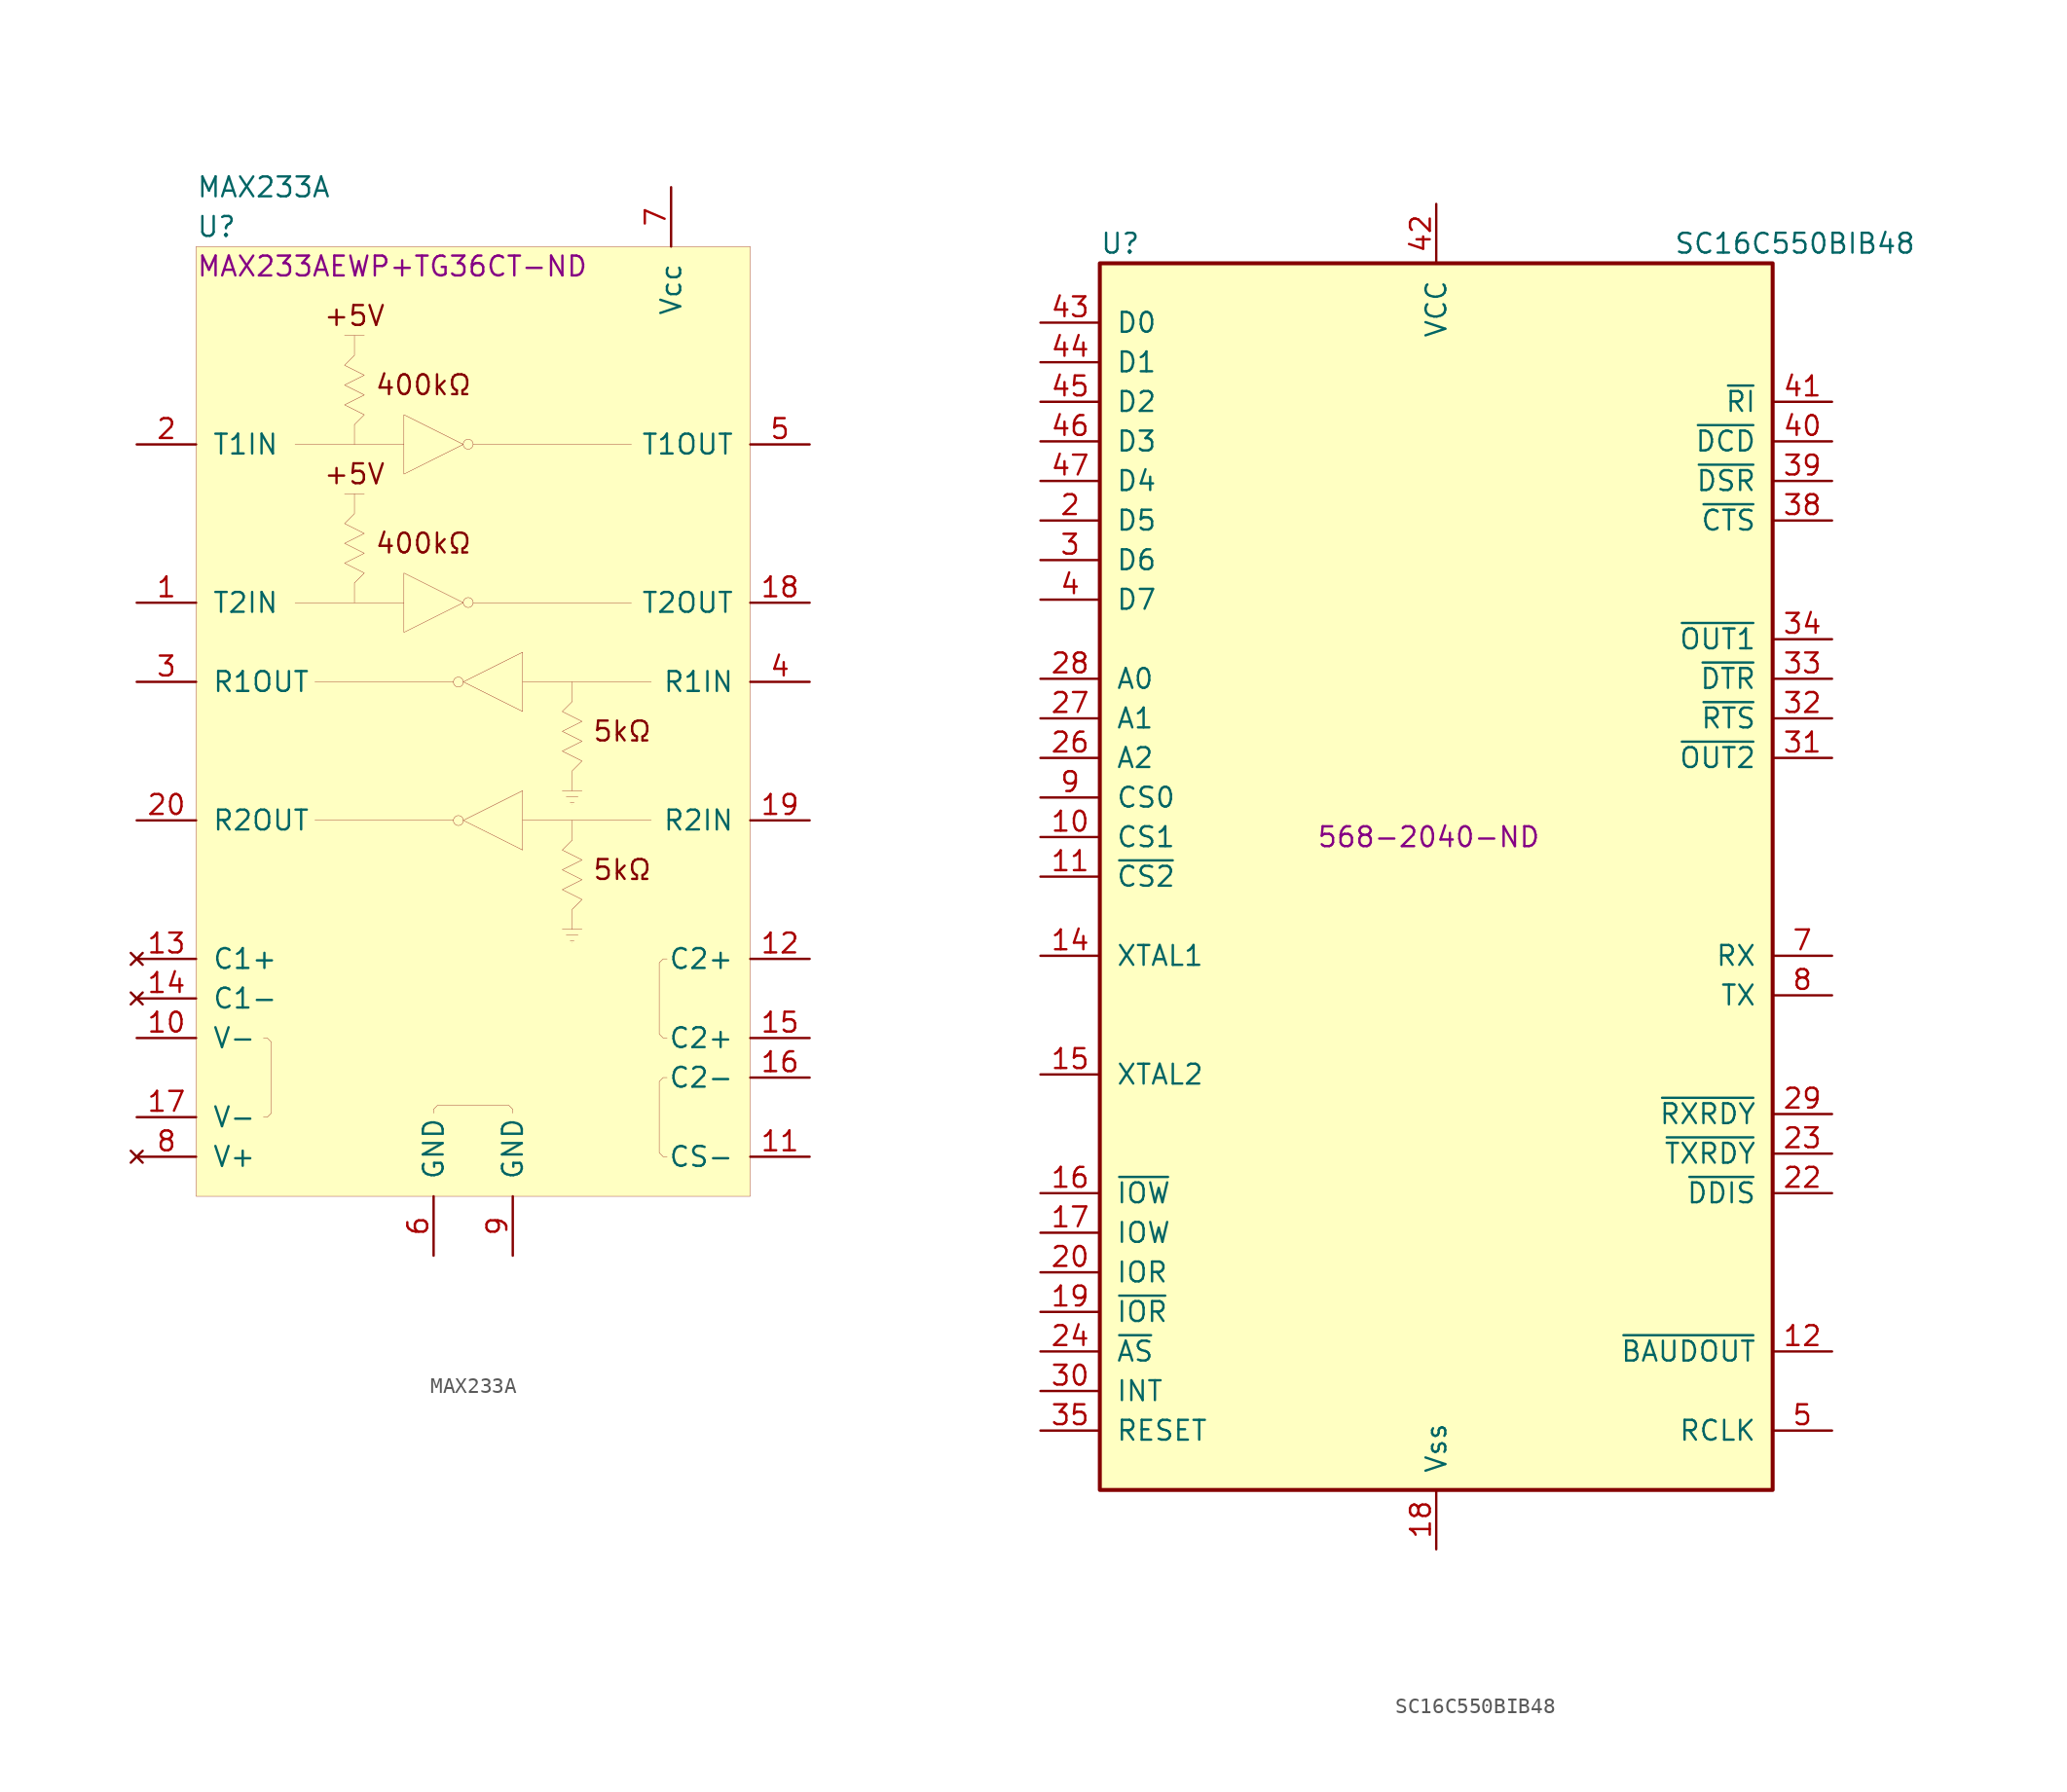
<source format=kicad_sym>
(kicad_symbol_lib
  (version 20200908)
  (generator kicad_symbol_editor)
  (symbol "Magic1_components:MAX233A"
    (pin_names
      (offset 1.016))
    (property "Reference" "U"
      (at -17.78 31.75 0)
      (effects (font (size 1.27 1.27)) (justify left)))
    (property "Value" "MAX233A"
      (at -17.78 34.29 0)
      (effects (font (size 1.27 1.27)) (justify left)))
    (property "Digikey" "MAX233AEWP+TG36CT-ND"
      (at -17.78 29.21 0)
      (effects (font (size 1.27 1.27)) (justify left)))
    (symbol "MAX233A_0_0"
      (circle (center -0.32 17.792) (radius 0.318) (stroke (width 0.001)) (fill (type none)))
      (circle (center -0.32 7.632) (radius 0.318) (stroke (width 0.001)) (fill (type none)))
      (circle (center -0.95 2.528) (radius 0.318) (stroke (width 0.001)) (fill (type none)))
      (circle (center -0.95 -6.362) (radius 0.318) (stroke (width 0.001)) (fill (type none)))
      (text "+5V" (at -7.62 26.035 0) (effects (font (size 1.27 1.27))))
      (text "+5V" (at -7.62 15.875 0) (effects (font (size 1.27 1.27))))
      (text "400kΩ" (at -6.35 21.59 0) (effects (font (size 1.27 1.27)) (justify left)))
      (text "400kΩ" (at -6.35 11.43 0) (effects (font (size 1.27 1.27)) (justify left)))
      (text "5kΩ" (at 7.62 -0.635 0) (effects (font (size 1.27 1.27)) (justify left)))
      (text "5kΩ" (at 7.62 -9.525 0) (effects (font (size 1.27 1.27)) (justify left)))
      (polyline (pts (xy -4.445 19.685) (xy -4.445 15.875) (xy -0.635 17.78) (xy -4.445 19.685)) (stroke (width 0.001)) (fill (type none)))
      (polyline (pts (xy 0 17.78) (xy 10.16 17.78)) (stroke (width 0.001)) (fill (type none)))
      (polyline (pts (xy -4.445 9.525) (xy -4.445 5.715) (xy -0.635 7.62) (xy -4.445 9.525)) (stroke (width 0.001)) (fill (type none)))
      (polyline (pts (xy 0 7.62) (xy 10.16 7.62)) (stroke (width 0.001)) (fill (type none)))
      (polyline (pts (xy 3.175 0.635) (xy 3.175 4.445) (xy -0.635 2.54) (xy 3.175 0.635)) (stroke (width 0.001)) (fill (type none)))
      (polyline (pts (xy -1.27 2.54) (xy -10.16 2.54)) (stroke (width 0.001)) (fill (type none)))
      (polyline (pts (xy 5.969 -4.826) (xy 6.731 -4.826)) (stroke (width 0.001)) (fill (type none)))
      (polyline (pts (xy 6.35 -5.334) (xy 6.35 -5.334)) (stroke (width 0.001)) (fill (type none)))
      (polyline (pts (xy 6.223 -5.207) (xy 6.477 -5.207)) (stroke (width 0.001)) (fill (type none)))
      (polyline (pts (xy 3.175 -8.255) (xy 3.175 -4.445) (xy -0.635 -6.35) (xy 3.175 -8.255)) (stroke (width 0.001)) (fill (type none)))
      (polyline (pts (xy -1.27 -6.35) (xy -10.16 -6.35)) (stroke (width 0.001)) (fill (type none)))
      (polyline (pts (xy 5.969 -13.716) (xy 6.731 -13.716)) (stroke (width 0.001)) (fill (type none)))
      (polyline (pts (xy 6.35 -14.224) (xy 6.35 -14.224)) (stroke (width 0.001)) (fill (type none)))
      (polyline (pts (xy 6.223 -14.097) (xy 6.477 -14.097)) (stroke (width 0.001)) (fill (type none)))
      (polyline (pts (xy -13.462 -20.32) (xy -13.208 -20.32) (xy -12.954 -20.574) (xy -12.954 -25.146) (xy -13.208 -25.4) (xy -13.462 -25.4)) (stroke (width 0.001)) (fill (type none)))
      (polyline (pts (xy 12.446 -20.32) (xy 12.192 -20.32) (xy 11.938 -20.066) (xy 11.938 -15.494) (xy 12.192 -15.24) (xy 12.446 -15.24)) (stroke (width 0.001)) (fill (type none)))
      (polyline (pts (xy 12.446 -27.94) (xy 12.192 -27.94) (xy 11.938 -27.686) (xy 11.938 -23.114) (xy 12.192 -22.86) (xy 12.446 -22.86)) (stroke (width 0.001)) (fill (type none)))
      (polyline (pts (xy -2.54 -25.146) (xy -2.54 -24.892) (xy -2.286 -24.638) (xy 2.286 -24.638) (xy 2.54 -24.892) (xy 2.54 -25.146)) (stroke (width 0.001)) (fill (type none))))
    (symbol "MAX233A_0_1"
      (rectangle (start -17.78 30.48) (end 17.78 -30.48) (stroke (width 0.001)) (fill (type background)))
      (polyline (pts (xy -11.43 17.78) (xy -7.62 17.78) (xy -4.445 17.78)) (stroke (width 0.001)) (fill (type none)))
      (polyline (pts (xy -7.62 19.05) (xy -7.62 17.78)) (stroke (width 0.001)) (fill (type none)))
      (polyline (pts (xy -7.62 19.05) (xy -6.985 19.685) (xy -8.255 20.32) (xy -6.985 20.955) (xy -8.255 21.59) (xy -6.985 22.225) (xy -8.255 22.86) (xy -7.62 23.495) (xy -7.62 24.765)) (stroke (width 0.001)) (fill (type none)))
      (polyline (pts (xy -8.255 24.765) (xy -6.985 24.765)) (stroke (width 0.001)) (fill (type none)))
      (polyline (pts (xy -11.43 7.62) (xy -7.62 7.62) (xy -4.445 7.62)) (stroke (width 0.001)) (fill (type none)))
      (polyline (pts (xy -7.62 8.89) (xy -7.62 7.62)) (stroke (width 0.001)) (fill (type none)))
      (polyline (pts (xy -7.62 8.89) (xy -6.985 9.525) (xy -8.255 10.16) (xy -6.985 10.795) (xy -8.255 11.43) (xy -6.985 12.065) (xy -8.255 12.7) (xy -7.62 13.335) (xy -7.62 14.605)) (stroke (width 0.001)) (fill (type none)))
      (polyline (pts (xy -8.255 14.605) (xy -6.985 14.605)) (stroke (width 0.001)) (fill (type none)))
      (polyline (pts (xy 11.43 2.54) (xy 6.35 2.54) (xy 3.175 2.54)) (stroke (width 0.001)) (fill (type none)))
      (polyline (pts (xy 6.35 1.27) (xy 6.35 2.54)) (stroke (width 0.001)) (fill (type none)))
      (polyline (pts (xy 6.35 1.27) (xy 5.715 0.635) (xy 6.985 0) (xy 5.715 -0.635) (xy 6.985 -1.27) (xy 5.715 -1.905) (xy 6.985 -2.54) (xy 6.35 -3.175) (xy 6.35 -4.445)) (stroke (width 0.001)) (fill (type none)))
      (polyline (pts (xy 6.985 -4.445) (xy 5.715 -4.445)) (stroke (width 0.001)) (fill (type none)))
      (polyline (pts (xy 11.43 -6.35) (xy 6.35 -6.35) (xy 3.175 -6.35)) (stroke (width 0.001)) (fill (type none)))
      (polyline (pts (xy 6.35 -7.62) (xy 6.35 -6.35)) (stroke (width 0.001)) (fill (type none)))
      (polyline (pts (xy 6.35 -7.62) (xy 5.715 -8.255) (xy 6.985 -8.89) (xy 5.715 -9.525) (xy 6.985 -10.16) (xy 5.715 -10.795) (xy 6.985 -11.43) (xy 6.35 -12.065) (xy 6.35 -13.335)) (stroke (width 0.001)) (fill (type none)))
      (polyline (pts (xy 6.985 -13.335) (xy 5.715 -13.335)) (stroke (width 0.001)) (fill (type none))))
    (symbol "MAX233A_1_1"
      (pin input line (at -21.59 17.78 0) (length 3.81) (name "T1IN" (effects (font (size 1.27 1.27)))) (number "2" (effects (font (size 1.27 1.27)))))
      (pin output line (at 21.59 17.78 180) (length 3.81) (name "T1OUT" (effects (font (size 1.27 1.27)))) (number "5" (effects (font (size 1.27 1.27)))))
      (pin input line (at -21.59 7.62 0) (length 3.81) (name "T2IN" (effects (font (size 1.27 1.27)))) (number "1" (effects (font (size 1.27 1.27)))))
      (pin output line (at 21.59 7.62 180) (length 3.81) (name "T2OUT" (effects (font (size 1.27 1.27)))) (number "18" (effects (font (size 1.27 1.27)))))
      (pin input line (at 21.59 2.54 180) (length 3.81) (name "R1IN" (effects (font (size 1.27 1.27)))) (number "4" (effects (font (size 1.27 1.27)))))
      (pin input line (at 21.59 -6.35 180) (length 3.81) (name "R2IN" (effects (font (size 1.27 1.27)))) (number "19" (effects (font (size 1.27 1.27)))))
      (pin output line (at -21.59 2.54 0) (length 3.81) (name "R1OUT" (effects (font (size 1.27 1.27)))) (number "3" (effects (font (size 1.27 1.27)))))
      (pin output line (at -21.59 -6.35 0) (length 3.81) (name "R2OUT" (effects (font (size 1.27 1.27)))) (number "20" (effects (font (size 1.27 1.27)))))
      (pin unconnected line (at -21.59 -15.24 0) (length 3.81) (name "C1+" (effects (font (size 1.27 1.27)))) (number "13" (effects (font (size 1.27 1.27)))))
      (pin unconnected line (at -21.59 -17.78 0) (length 3.81) (name "C1-" (effects (font (size 1.27 1.27)))) (number "14" (effects (font (size 1.27 1.27)))))
      (pin passive line (at -21.59 -20.32 0) (length 3.81) (name "V-" (effects (font (size 1.27 1.27)))) (number "10" (effects (font (size 1.27 1.27)))))
      (pin passive line (at -21.59 -25.4 0) (length 3.81) (name "V-" (effects (font (size 1.27 1.27)))) (number "17" (effects (font (size 1.27 1.27)))))
      (pin unconnected line (at -21.59 -27.94 0) (length 3.81) (name "V+" (effects (font (size 1.27 1.27)))) (number "8" (effects (font (size 1.27 1.27)))))
      (pin passive line (at 21.59 -15.24 180) (length 3.81) (name "C2+" (effects (font (size 1.27 1.27)))) (number "12" (effects (font (size 1.27 1.27)))))
      (pin passive line (at 21.59 -20.32 180) (length 3.81) (name "C2+" (effects (font (size 1.27 1.27)))) (number "15" (effects (font (size 1.27 1.27)))))
      (pin passive line (at 21.59 -22.86 180) (length 3.81) (name "C2-" (effects (font (size 1.27 1.27)))) (number "16" (effects (font (size 1.27 1.27)))))
      (pin passive line (at 21.59 -27.94 180) (length 3.81) (name "CS-" (effects (font (size 1.27 1.27)))) (number "11" (effects (font (size 1.27 1.27)))))
      (pin power_in line (at 12.7 34.29 270) (length 3.81) (name "Vcc" (effects (font (size 1.27 1.27)))) (number "7" (effects (font (size 1.27 1.27)))))
      (pin power_in line (at -2.54 -34.29 90) (length 3.81) (name "GND" (effects (font (size 1.27 1.27)))) (number "6" (effects (font (size 1.27 1.27)))))
      (pin power_in line (at 2.54 -34.29 90) (length 3.81) (name "GND" (effects (font (size 1.27 1.27)))) (number "9" (effects (font (size 1.27 1.27)))))))
  (symbol "Magic1_components:SC16C550BIB48"
    (pin_names
      (offset 1.016))
    (property "Reference" "U"
      (at -21.59 40.64 0)
      (effects (font (size 1.27 1.27)) (justify left)))
    (property "Value" "SC16C550BIB48"
      (at 15.24 40.64 0)
      (effects (font (size 1.27 1.27)) (justify left)))
    (property "Digikey" "568-2040-ND "
      (at 0 2.54 0)
      (effects (font (size 1.27 1.27))))
    (symbol "SC16C550BIB48_0_1"
      (rectangle (start -21.59 -39.37) (end 21.59 39.37) (stroke (width 0.254)) (fill (type background))))
    (symbol "SC16C550BIB48_1_1"
      (pin bidirectional line (at -25.4 35.56 0) (length 3.81) (name "D0" (effects (font (size 1.27 1.27)))) (number "43" (effects (font (size 1.27 1.27)))))
      (pin input line (at 25.4 -5.08 180) (length 3.81) (name "RX" (effects (font (size 1.27 1.27)))) (number "7" (effects (font (size 1.27 1.27)))))
      (pin output line (at 25.4 -7.62 180) (length 3.81) (name "TX" (effects (font (size 1.27 1.27)))) (number "8" (effects (font (size 1.27 1.27)))))
      (pin input line (at -25.4 5.08 0) (length 3.81) (name "CS0" (effects (font (size 1.27 1.27)))) (number "9" (effects (font (size 1.27 1.27)))))
      (pin input line (at -25.4 2.54 0) (length 3.81) (name "CS1" (effects (font (size 1.27 1.27)))) (number "10" (effects (font (size 1.27 1.27)))))
      (pin input line (at -25.4 0 0) (length 3.81) (name "~CS2~" (effects (font (size 1.27 1.27)))) (number "11" (effects (font (size 1.27 1.27)))))
      (pin output line (at 25.4 -30.48 180) (length 3.81) (name "~BAUDOUT~" (effects (font (size 1.27 1.27)))) (number "12" (effects (font (size 1.27 1.27)))))
      (pin input line (at -25.4 -5.08 0) (length 3.81) (name "XTAL1" (effects (font (size 1.27 1.27)))) (number "14" (effects (font (size 1.27 1.27)))))
      (pin output line (at -25.4 -12.7 0) (length 3.81) (name "XTAL2" (effects (font (size 1.27 1.27)))) (number "15" (effects (font (size 1.27 1.27)))))
      (pin input line (at -25.4 -20.32 0) (length 3.81) (name "~IOW~" (effects (font (size 1.27 1.27)))) (number "16" (effects (font (size 1.27 1.27)))))
      (pin input line (at -25.4 -22.86 0) (length 3.81) (name "IOW" (effects (font (size 1.27 1.27)))) (number "17" (effects (font (size 1.27 1.27)))))
      (pin bidirectional line (at -25.4 33.02 0) (length 3.81) (name "D1" (effects (font (size 1.27 1.27)))) (number "44" (effects (font (size 1.27 1.27)))))
      (pin power_in line (at 0 -43.18 90) (length 3.81) (name "Vss" (effects (font (size 1.27 1.27)))) (number "18" (effects (font (size 1.27 1.27)))))
      (pin input line (at -25.4 -27.94 0) (length 3.81) (name "~IOR~" (effects (font (size 1.27 1.27)))) (number "19" (effects (font (size 1.27 1.27)))))
      (pin input line (at -25.4 -25.4 0) (length 3.81) (name "IOR" (effects (font (size 1.27 1.27)))) (number "20" (effects (font (size 1.27 1.27)))))
      (pin output line (at 25.4 -20.32 180) (length 3.81) (name "~DDIS~" (effects (font (size 1.27 1.27)))) (number "22" (effects (font (size 1.27 1.27)))))
      (pin output line (at 25.4 -17.78 180) (length 3.81) (name "~TXRDY~" (effects (font (size 1.27 1.27)))) (number "23" (effects (font (size 1.27 1.27)))))
      (pin input line (at -25.4 -30.48 0) (length 3.81) (name "~AS~" (effects (font (size 1.27 1.27)))) (number "24" (effects (font (size 1.27 1.27)))))
      (pin input line (at -25.4 7.62 0) (length 3.81) (name "A2" (effects (font (size 1.27 1.27)))) (number "26" (effects (font (size 1.27 1.27)))))
      (pin input line (at -25.4 10.16 0) (length 3.81) (name "A1" (effects (font (size 1.27 1.27)))) (number "27" (effects (font (size 1.27 1.27)))))
      (pin input line (at -25.4 12.7 0) (length 3.81) (name "A0" (effects (font (size 1.27 1.27)))) (number "28" (effects (font (size 1.27 1.27)))))
      (pin output line (at 25.4 -15.24 180) (length 3.81) (name "~RXRDY~" (effects (font (size 1.27 1.27)))) (number "29" (effects (font (size 1.27 1.27)))))
      (pin bidirectional line (at -25.4 30.48 0) (length 3.81) (name "D2" (effects (font (size 1.27 1.27)))) (number "45" (effects (font (size 1.27 1.27)))))
      (pin output line (at -25.4 -33.02 0) (length 3.81) (name "INT" (effects (font (size 1.27 1.27)))) (number "30" (effects (font (size 1.27 1.27)))))
      (pin output line (at 25.4 7.62 180) (length 3.81) (name "~OUT2~" (effects (font (size 1.27 1.27)))) (number "31" (effects (font (size 1.27 1.27)))))
      (pin output line (at 25.4 10.16 180) (length 3.81) (name "~RTS~" (effects (font (size 1.27 1.27)))) (number "32" (effects (font (size 1.27 1.27)))))
      (pin output line (at 25.4 12.7 180) (length 3.81) (name "~DTR~" (effects (font (size 1.27 1.27)))) (number "33" (effects (font (size 1.27 1.27)))))
      (pin output line (at 25.4 15.24 180) (length 3.81) (name "~OUT1~" (effects (font (size 1.27 1.27)))) (number "34" (effects (font (size 1.27 1.27)))))
      (pin input line (at -25.4 -35.56 0) (length 3.81) (name "RESET" (effects (font (size 1.27 1.27)))) (number "35" (effects (font (size 1.27 1.27)))))
      (pin input line (at 25.4 22.86 180) (length 3.81) (name "~CTS~" (effects (font (size 1.27 1.27)))) (number "38" (effects (font (size 1.27 1.27)))))
      (pin input line (at 25.4 25.4 180) (length 3.81) (name "~DSR~" (effects (font (size 1.27 1.27)))) (number "39" (effects (font (size 1.27 1.27)))))
      (pin input line (at 25.4 27.94 180) (length 3.81) (name "~DCD~" (effects (font (size 1.27 1.27)))) (number "40" (effects (font (size 1.27 1.27)))))
      (pin input line (at 25.4 30.48 180) (length 3.81) (name "~RI~" (effects (font (size 1.27 1.27)))) (number "41" (effects (font (size 1.27 1.27)))))
      (pin bidirectional line (at -25.4 27.94 0) (length 3.81) (name "D3" (effects (font (size 1.27 1.27)))) (number "46" (effects (font (size 1.27 1.27)))))
      (pin power_in line (at 0 43.18 270) (length 3.81) (name "VCC" (effects (font (size 1.27 1.27)))) (number "42" (effects (font (size 1.27 1.27)))))
      (pin bidirectional line (at -25.4 25.4 0) (length 3.81) (name "D4" (effects (font (size 1.27 1.27)))) (number "47" (effects (font (size 1.27 1.27)))))
      (pin bidirectional line (at -25.4 22.86 0) (length 3.81) (name "D5" (effects (font (size 1.27 1.27)))) (number "2" (effects (font (size 1.27 1.27)))))
      (pin bidirectional line (at -25.4 20.32 0) (length 3.81) (name "D6" (effects (font (size 1.27 1.27)))) (number "3" (effects (font (size 1.27 1.27)))))
      (pin bidirectional line (at -25.4 17.78 0) (length 3.81) (name "D7" (effects (font (size 1.27 1.27)))) (number "4" (effects (font (size 1.27 1.27)))))
      (pin input line (at 25.4 -35.56 180) (length 3.81) (name "RCLK" (effects (font (size 1.27 1.27)))) (number "5" (effects (font (size 1.27 1.27))))))))
</source>
